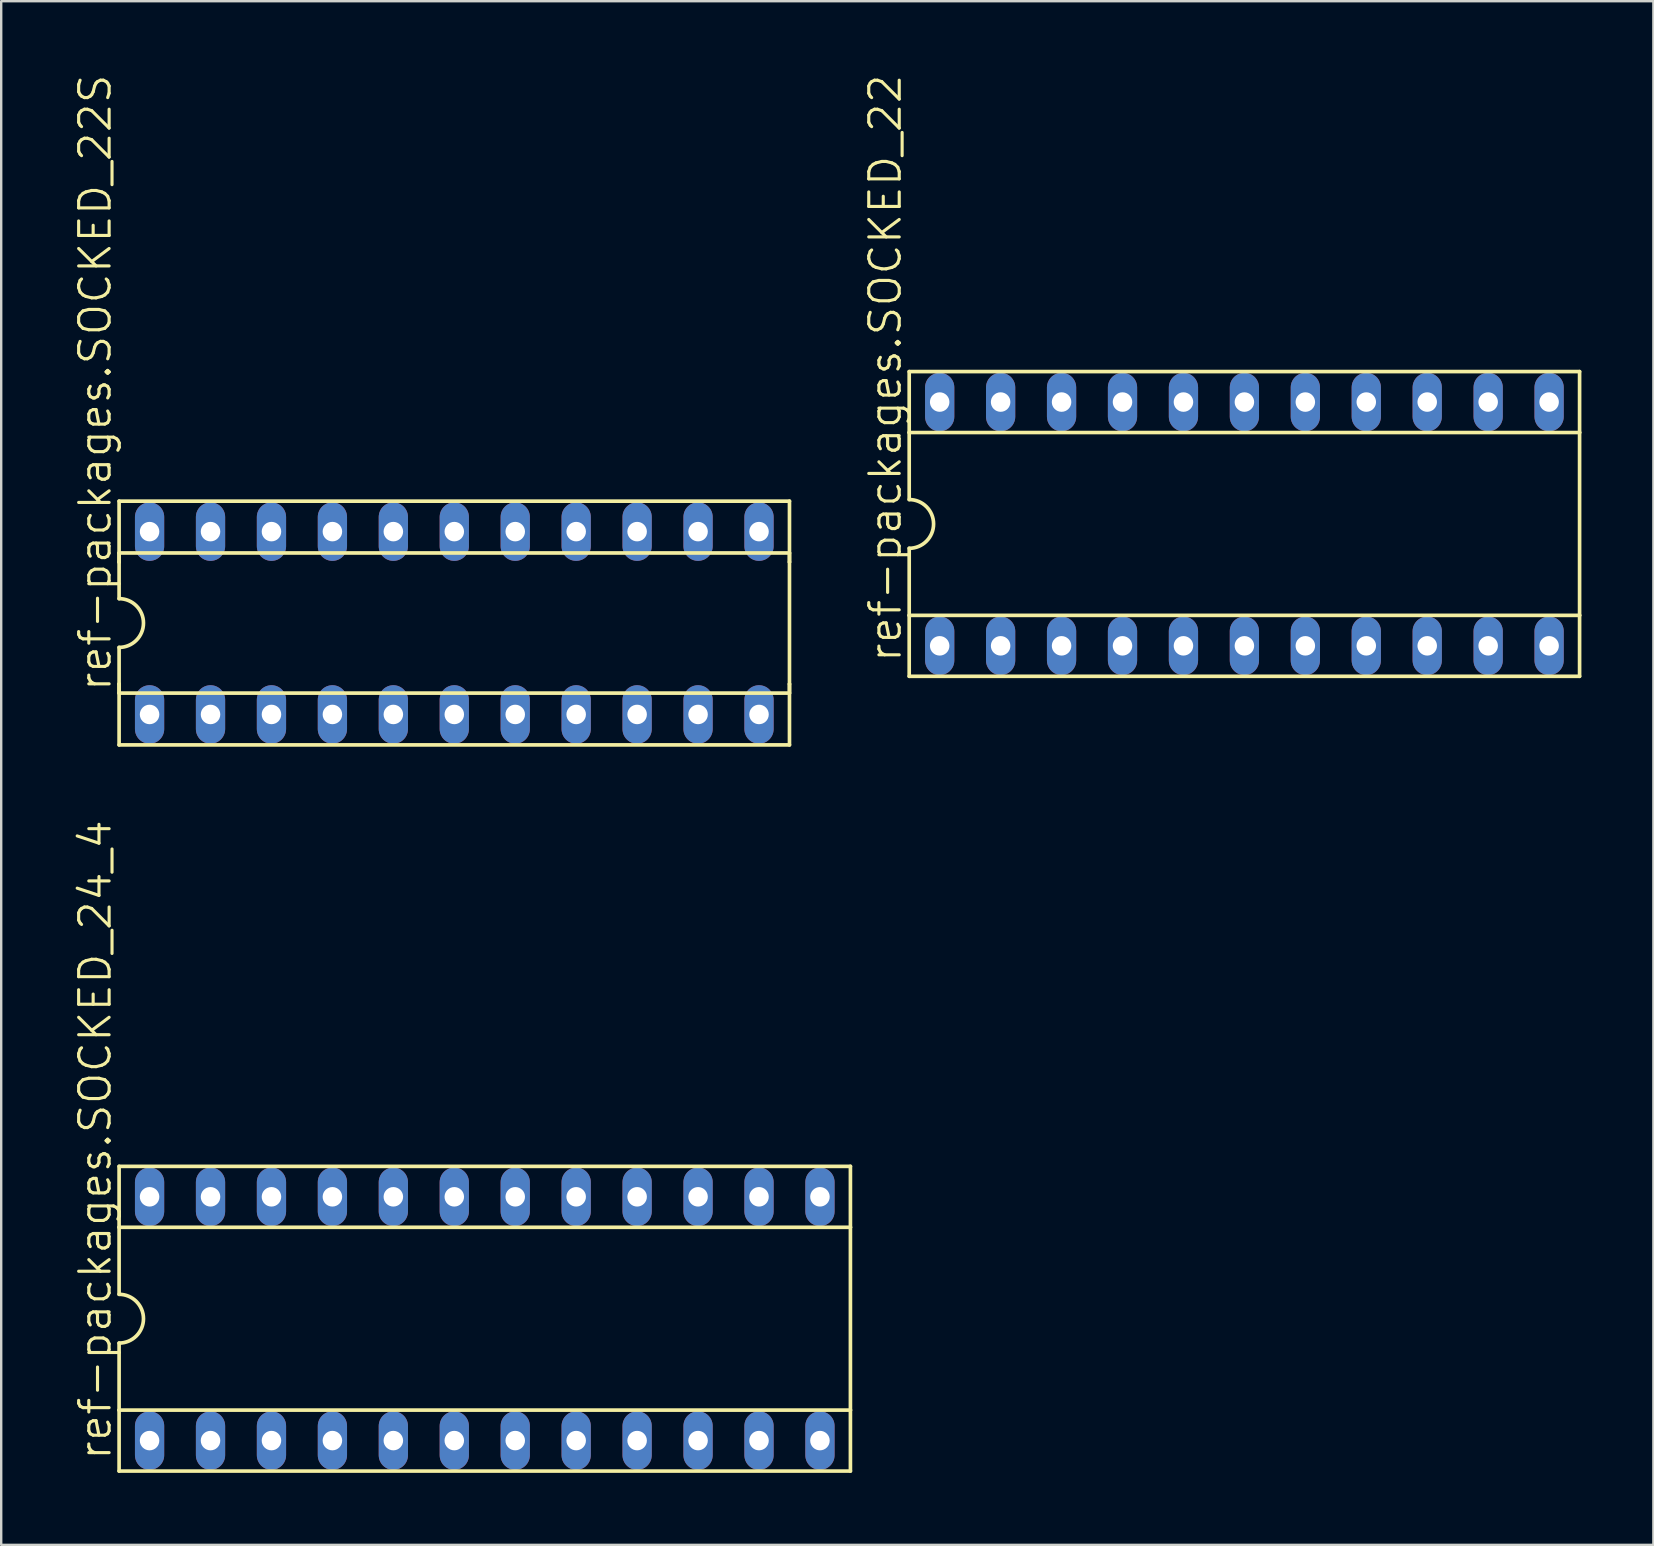
<source format=kicad_pcb>
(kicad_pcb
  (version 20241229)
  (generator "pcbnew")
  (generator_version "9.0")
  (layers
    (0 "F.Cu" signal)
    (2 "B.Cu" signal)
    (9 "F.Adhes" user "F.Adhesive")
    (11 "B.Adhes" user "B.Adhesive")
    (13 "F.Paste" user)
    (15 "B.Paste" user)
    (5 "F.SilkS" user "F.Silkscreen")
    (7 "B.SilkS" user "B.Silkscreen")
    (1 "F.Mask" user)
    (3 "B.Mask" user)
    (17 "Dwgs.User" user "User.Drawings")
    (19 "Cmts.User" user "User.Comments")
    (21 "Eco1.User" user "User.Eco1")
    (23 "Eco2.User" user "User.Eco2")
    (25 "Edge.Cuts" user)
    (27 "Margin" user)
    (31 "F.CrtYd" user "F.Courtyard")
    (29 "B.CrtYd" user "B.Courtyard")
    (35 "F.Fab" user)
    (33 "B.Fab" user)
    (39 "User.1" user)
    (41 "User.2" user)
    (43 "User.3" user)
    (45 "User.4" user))
  (footprint "ref-packages.SOCKED_22S"
    (layer "F.Cu")
    (at 15.884 22.917)
    (property "Reference" "ref-packages.SOCKED_22S" (at -14.224 2.921 90) (layer "F.SilkS") (effects (font (size 1.27 1.27) (thickness 0.13)) (justify left bottom)))
    (attr through_hole)
    (fp_line (start -13.97 -5.08) (end -13.97 -2.54) (stroke (width 0.152) (type default)) (layer "F.SilkS"))
    (fp_line (start -13.97 -2.921) (end -13.97 -2.54) (stroke (width 0.152) (type default)) (layer "F.SilkS"))
    (fp_line (start -13.97 -2.54) (end -13.97 -1.016) (stroke (width 0.152) (type default)) (layer "F.SilkS"))
    (fp_line (start -13.97 2.54) (end -13.97 1.016) (stroke (width 0.152) (type default)) (layer "F.SilkS"))
    (fp_line (start -13.97 2.921) (end -13.97 2.54) (stroke (width 0.152) (type default)) (layer "F.SilkS"))
    (fp_line (start -13.97 2.921) (end 13.97 2.921) (stroke (width 0.152) (type default)) (layer "F.SilkS"))
    (fp_line (start -13.97 5.08) (end -13.97 2.54) (stroke (width 0.152) (type default)) (layer "F.SilkS"))
    (fp_line (start -13.97 5.08) (end 13.97 5.08) (stroke (width 0.152) (type default)) (layer "F.SilkS"))
    (fp_line (start 13.97 -5.08) (end -13.97 -5.08) (stroke (width 0.152) (type default)) (layer "F.SilkS"))
    (fp_line (start 13.97 -5.08) (end 13.97 -2.54) (stroke (width 0.152) (type default)) (layer "F.SilkS"))
    (fp_line (start 13.97 -2.921) (end -13.97 -2.921) (stroke (width 0.152) (type default)) (layer "F.SilkS"))
    (fp_line (start 13.97 -2.921) (end 13.97 -2.54) (stroke (width 0.152) (type default)) (layer "F.SilkS"))
    (fp_line (start 13.97 -2.54) (end 13.97 2.54) (stroke (width 0.152) (type default)) (layer "F.SilkS"))
    (fp_line (start 13.97 2.54) (end 13.97 2.921) (stroke (width 0.152) (type default)) (layer "F.SilkS"))
    (fp_line (start 13.97 5.08) (end 13.97 2.54) (stroke (width 0.152) (type default)) (layer "F.SilkS"))
    (fp_arc (start -13.97 -1.016) (mid -12.954 0) (end -13.97 1.016) (stroke (width 0.1524) (type default)) (layer "F.SilkS"))
    (pad "1" thru_hole oval (at -12.7 3.81 90) (size 2.438 1.219) (drill 0.813) (layers "*.Cu" "*.Mask"))
    (pad "2" thru_hole oval (at -10.16 3.81 90) (size 2.438 1.219) (drill 0.813) (layers "*.Cu" "*.Mask"))
    (pad "3" thru_hole oval (at -7.62 3.81 90) (size 2.438 1.219) (drill 0.813) (layers "*.Cu" "*.Mask"))
    (pad "4" thru_hole oval (at -5.08 3.81 90) (size 2.438 1.219) (drill 0.813) (layers "*.Cu" "*.Mask"))
    (pad "5" thru_hole oval (at -2.54 3.81 90) (size 2.438 1.219) (drill 0.813) (layers "*.Cu" "*.Mask"))
    (pad "6" thru_hole oval (at 0 3.81 90) (size 2.438 1.219) (drill 0.813) (layers "*.Cu" "*.Mask"))
    (pad "7" thru_hole oval (at 2.54 3.81 90) (size 2.438 1.219) (drill 0.813) (layers "*.Cu" "*.Mask"))
    (pad "8" thru_hole oval (at 5.08 3.81 90) (size 2.438 1.219) (drill 0.813) (layers "*.Cu" "*.Mask"))
    (pad "9" thru_hole oval (at 7.62 3.81 90) (size 2.438 1.219) (drill 0.813) (layers "*.Cu" "*.Mask"))
    (pad "10" thru_hole oval (at 10.16 3.81 90) (size 2.438 1.219) (drill 0.813) (layers "*.Cu" "*.Mask"))
    (pad "11" thru_hole oval (at 12.7 3.81 90) (size 2.438 1.219) (drill 0.813) (layers "*.Cu" "*.Mask"))
    (pad "12" thru_hole oval (at 12.7 -3.81 90) (size 2.438 1.219) (drill 0.813) (layers "*.Cu" "*.Mask"))
    (pad "13" thru_hole oval (at 10.16 -3.81 90) (size 2.438 1.219) (drill 0.813) (layers "*.Cu" "*.Mask"))
    (pad "14" thru_hole oval (at 7.62 -3.81 90) (size 2.438 1.219) (drill 0.813) (layers "*.Cu" "*.Mask"))
    (pad "15" thru_hole oval (at 5.08 -3.81 90) (size 2.438 1.219) (drill 0.813) (layers "*.Cu" "*.Mask"))
    (pad "16" thru_hole oval (at 2.54 -3.81 90) (size 2.438 1.219) (drill 0.813) (layers "*.Cu" "*.Mask"))
    (pad "17" thru_hole oval (at 0 -3.81 90) (size 2.438 1.219) (drill 0.813) (layers "*.Cu" "*.Mask"))
    (pad "18" thru_hole oval (at -2.54 -3.81 90) (size 2.438 1.219) (drill 0.813) (layers "*.Cu" "*.Mask"))
    (pad "19" thru_hole oval (at -5.08 -3.81 90) (size 2.438 1.219) (drill 0.813) (layers "*.Cu" "*.Mask"))
    (pad "20" thru_hole oval (at -7.62 -3.81 90) (size 2.438 1.219) (drill 0.813) (layers "*.Cu" "*.Mask"))
    (pad "21" thru_hole oval (at -10.16 -3.81 90) (size 2.438 1.219) (drill 0.813) (layers "*.Cu" "*.Mask"))
    (pad "22" thru_hole oval (at -12.7 -3.81 90) (size 2.438 1.219) (drill 0.813) (layers "*.Cu" "*.Mask")))
  (footprint "ref-packages.SOCKED_24_4"
    (layer "F.Cu")
    (at 17.154 51.911)
    (property "Reference" "ref-packages.SOCKED_24_4" (at -15.494 5.969 90) (layer "F.SilkS") (effects (font (size 1.27 1.27) (thickness 0.13)) (justify left bottom)))
    (attr through_hole)
    (fp_line (start -15.24 -6.35) (end -15.24 -3.81) (stroke (width 0.152) (type default)) (layer "F.SilkS"))
    (fp_line (start -15.24 -3.81) (end -15.24 -1.016) (stroke (width 0.152) (type default)) (layer "F.SilkS"))
    (fp_line (start -15.24 3.81) (end -15.24 1.016) (stroke (width 0.152) (type default)) (layer "F.SilkS"))
    (fp_line (start -15.24 3.81) (end 15.24 3.81) (stroke (width 0.152) (type default)) (layer "F.SilkS"))
    (fp_line (start -15.24 6.35) (end -15.24 3.81) (stroke (width 0.152) (type default)) (layer "F.SilkS"))
    (fp_line (start -15.24 6.35) (end 15.24 6.35) (stroke (width 0.152) (type default)) (layer "F.SilkS"))
    (fp_line (start 15.24 -6.35) (end -15.24 -6.35) (stroke (width 0.152) (type default)) (layer "F.SilkS"))
    (fp_line (start 15.24 -6.35) (end 15.24 -3.81) (stroke (width 0.152) (type default)) (layer "F.SilkS"))
    (fp_line (start 15.24 -3.81) (end -15.24 -3.81) (stroke (width 0.152) (type default)) (layer "F.SilkS"))
    (fp_line (start 15.24 -3.81) (end 15.24 3.81) (stroke (width 0.152) (type default)) (layer "F.SilkS"))
    (fp_line (start 15.24 3.81) (end 15.24 6.35) (stroke (width 0.152) (type default)) (layer "F.SilkS"))
    (fp_arc (start -15.24 -1.016) (mid -14.224 0) (end -15.24 1.016) (stroke (width 0.1524) (type default)) (layer "F.SilkS"))
    (pad "1" thru_hole oval (at -13.97 5.08 90) (size 2.438 1.219) (drill 0.813) (layers "*.Cu" "*.Mask"))
    (pad "2" thru_hole oval (at -11.43 5.08 90) (size 2.438 1.219) (drill 0.813) (layers "*.Cu" "*.Mask"))
    (pad "3" thru_hole oval (at -8.89 5.08 90) (size 2.438 1.219) (drill 0.813) (layers "*.Cu" "*.Mask"))
    (pad "4" thru_hole oval (at -6.35 5.08 90) (size 2.438 1.219) (drill 0.813) (layers "*.Cu" "*.Mask"))
    (pad "5" thru_hole oval (at -3.81 5.08 90) (size 2.438 1.219) (drill 0.813) (layers "*.Cu" "*.Mask"))
    (pad "6" thru_hole oval (at -1.27 5.08 90) (size 2.438 1.219) (drill 0.813) (layers "*.Cu" "*.Mask"))
    (pad "7" thru_hole oval (at 1.27 5.08 90) (size 2.438 1.219) (drill 0.813) (layers "*.Cu" "*.Mask"))
    (pad "8" thru_hole oval (at 3.81 5.08 90) (size 2.438 1.219) (drill 0.813) (layers "*.Cu" "*.Mask"))
    (pad "9" thru_hole oval (at 6.35 5.08 90) (size 2.438 1.219) (drill 0.813) (layers "*.Cu" "*.Mask"))
    (pad "10" thru_hole oval (at 8.89 5.08 90) (size 2.438 1.219) (drill 0.813) (layers "*.Cu" "*.Mask"))
    (pad "11" thru_hole oval (at 11.43 5.08 90) (size 2.438 1.219) (drill 0.813) (layers "*.Cu" "*.Mask"))
    (pad "12" thru_hole oval (at 13.97 5.08 90) (size 2.438 1.219) (drill 0.813) (layers "*.Cu" "*.Mask"))
    (pad "13" thru_hole oval (at 13.97 -5.08 90) (size 2.438 1.219) (drill 0.813) (layers "*.Cu" "*.Mask"))
    (pad "14" thru_hole oval (at 11.43 -5.08 90) (size 2.438 1.219) (drill 0.813) (layers "*.Cu" "*.Mask"))
    (pad "15" thru_hole oval (at 8.89 -5.08 90) (size 2.438 1.219) (drill 0.813) (layers "*.Cu" "*.Mask"))
    (pad "16" thru_hole oval (at 6.35 -5.08 90) (size 2.438 1.219) (drill 0.813) (layers "*.Cu" "*.Mask"))
    (pad "17" thru_hole oval (at 3.81 -5.08 90) (size 2.438 1.219) (drill 0.813) (layers "*.Cu" "*.Mask"))
    (pad "18" thru_hole oval (at 1.27 -5.08 90) (size 2.438 1.219) (drill 0.813) (layers "*.Cu" "*.Mask"))
    (pad "19" thru_hole oval (at -1.27 -5.08 90) (size 2.438 1.219) (drill 0.813) (layers "*.Cu" "*.Mask"))
    (pad "20" thru_hole oval (at -3.81 -5.08 90) (size 2.438 1.219) (drill 0.813) (layers "*.Cu" "*.Mask"))
    (pad "21" thru_hole oval (at -6.35 -5.08 90) (size 2.438 1.219) (drill 0.813) (layers "*.Cu" "*.Mask"))
    (pad "22" thru_hole oval (at -8.89 -5.08 90) (size 2.438 1.219) (drill 0.813) (layers "*.Cu" "*.Mask"))
    (pad "23" thru_hole oval (at -11.43 -5.08 90) (size 2.438 1.219) (drill 0.813) (layers "*.Cu" "*.Mask"))
    (pad "24" thru_hole oval (at -13.97 -5.08 90) (size 2.438 1.219) (drill 0.813) (layers "*.Cu" "*.Mask")))
  (footprint "ref-packages.SOCKED_22"
    (layer "F.Cu")
    (at 48.814 18.787)
    (property "Reference" "ref-packages.SOCKED_22" (at -14.224 5.842 90) (layer "F.SilkS") (effects (font (size 1.27 1.27) (thickness 0.13)) (justify left bottom)))
    (attr through_hole)
    (fp_line (start -13.97 -6.35) (end -13.97 -3.81) (stroke (width 0.152) (type default)) (layer "F.SilkS"))
    (fp_line (start -13.97 -3.81) (end -13.97 -1.016) (stroke (width 0.152) (type default)) (layer "F.SilkS"))
    (fp_line (start -13.97 -3.81) (end 13.97 -3.81) (stroke (width 0.152) (type default)) (layer "F.SilkS"))
    (fp_line (start -13.97 3.81) (end -13.97 1.016) (stroke (width 0.152) (type default)) (layer "F.SilkS"))
    (fp_line (start -13.97 3.81) (end 13.97 3.81) (stroke (width 0.152) (type default)) (layer "F.SilkS"))
    (fp_line (start -13.97 6.35) (end -13.97 3.81) (stroke (width 0.152) (type default)) (layer "F.SilkS"))
    (fp_line (start -13.97 6.35) (end 13.97 6.35) (stroke (width 0.152) (type default)) (layer "F.SilkS"))
    (fp_line (start 13.97 -6.35) (end -13.97 -6.35) (stroke (width 0.152) (type default)) (layer "F.SilkS"))
    (fp_line (start 13.97 -6.35) (end 13.97 -3.81) (stroke (width 0.152) (type default)) (layer "F.SilkS"))
    (fp_line (start 13.97 -3.81) (end 13.97 3.81) (stroke (width 0.152) (type default)) (layer "F.SilkS"))
    (fp_line (start 13.97 3.81) (end 13.97 6.35) (stroke (width 0.152) (type default)) (layer "F.SilkS"))
    (fp_arc (start -13.97 -1.016) (mid -12.954 0) (end -13.97 1.016) (stroke (width 0.1524) (type default)) (layer "F.SilkS"))
    (pad "1" thru_hole oval (at -12.7 5.08 90) (size 2.438 1.219) (drill 0.813) (layers "*.Cu" "*.Mask"))
    (pad "2" thru_hole oval (at -10.16 5.08 90) (size 2.438 1.219) (drill 0.813) (layers "*.Cu" "*.Mask"))
    (pad "3" thru_hole oval (at -7.62 5.08 90) (size 2.438 1.219) (drill 0.813) (layers "*.Cu" "*.Mask"))
    (pad "4" thru_hole oval (at -5.08 5.08 90) (size 2.438 1.219) (drill 0.813) (layers "*.Cu" "*.Mask"))
    (pad "5" thru_hole oval (at -2.54 5.08 90) (size 2.438 1.219) (drill 0.813) (layers "*.Cu" "*.Mask"))
    (pad "6" thru_hole oval (at 0 5.08 90) (size 2.438 1.219) (drill 0.813) (layers "*.Cu" "*.Mask"))
    (pad "7" thru_hole oval (at 2.54 5.08 90) (size 2.438 1.219) (drill 0.813) (layers "*.Cu" "*.Mask"))
    (pad "8" thru_hole oval (at 5.08 5.08 90) (size 2.438 1.219) (drill 0.813) (layers "*.Cu" "*.Mask"))
    (pad "9" thru_hole oval (at 7.62 5.08 90) (size 2.438 1.219) (drill 0.813) (layers "*.Cu" "*.Mask"))
    (pad "10" thru_hole oval (at 10.16 5.08 90) (size 2.438 1.219) (drill 0.813) (layers "*.Cu" "*.Mask"))
    (pad "11" thru_hole oval (at 12.7 5.08 90) (size 2.438 1.219) (drill 0.813) (layers "*.Cu" "*.Mask"))
    (pad "12" thru_hole oval (at 12.7 -5.08 90) (size 2.438 1.219) (drill 0.813) (layers "*.Cu" "*.Mask"))
    (pad "13" thru_hole oval (at 10.16 -5.08 90) (size 2.438 1.219) (drill 0.813) (layers "*.Cu" "*.Mask"))
    (pad "14" thru_hole oval (at 7.62 -5.08 90) (size 2.438 1.219) (drill 0.813) (layers "*.Cu" "*.Mask"))
    (pad "15" thru_hole oval (at 5.08 -5.08 90) (size 2.438 1.219) (drill 0.813) (layers "*.Cu" "*.Mask"))
    (pad "16" thru_hole oval (at 2.54 -5.08 90) (size 2.438 1.219) (drill 0.813) (layers "*.Cu" "*.Mask"))
    (pad "17" thru_hole oval (at 0 -5.08 90) (size 2.438 1.219) (drill 0.813) (layers "*.Cu" "*.Mask"))
    (pad "18" thru_hole oval (at -2.54 -5.08 90) (size 2.438 1.219) (drill 0.813) (layers "*.Cu" "*.Mask"))
    (pad "19" thru_hole oval (at -5.08 -5.08 90) (size 2.438 1.219) (drill 0.813) (layers "*.Cu" "*.Mask"))
    (pad "20" thru_hole oval (at -7.62 -5.08 90) (size 2.438 1.219) (drill 0.813) (layers "*.Cu" "*.Mask"))
    (pad "21" thru_hole oval (at -10.16 -5.08 90) (size 2.438 1.219) (drill 0.813) (layers "*.Cu" "*.Mask"))
    (pad "22" thru_hole oval (at -12.7 -5.08 90) (size 2.438 1.219) (drill 0.813) (layers "*.Cu" "*.Mask")))
  (gr_rect
    (start -3 -3)
    (end 65.86 61.337)
    (stroke (width 0.1) (type default))
    (fill no)
    (layer "Edge.Cuts")))
</source>
